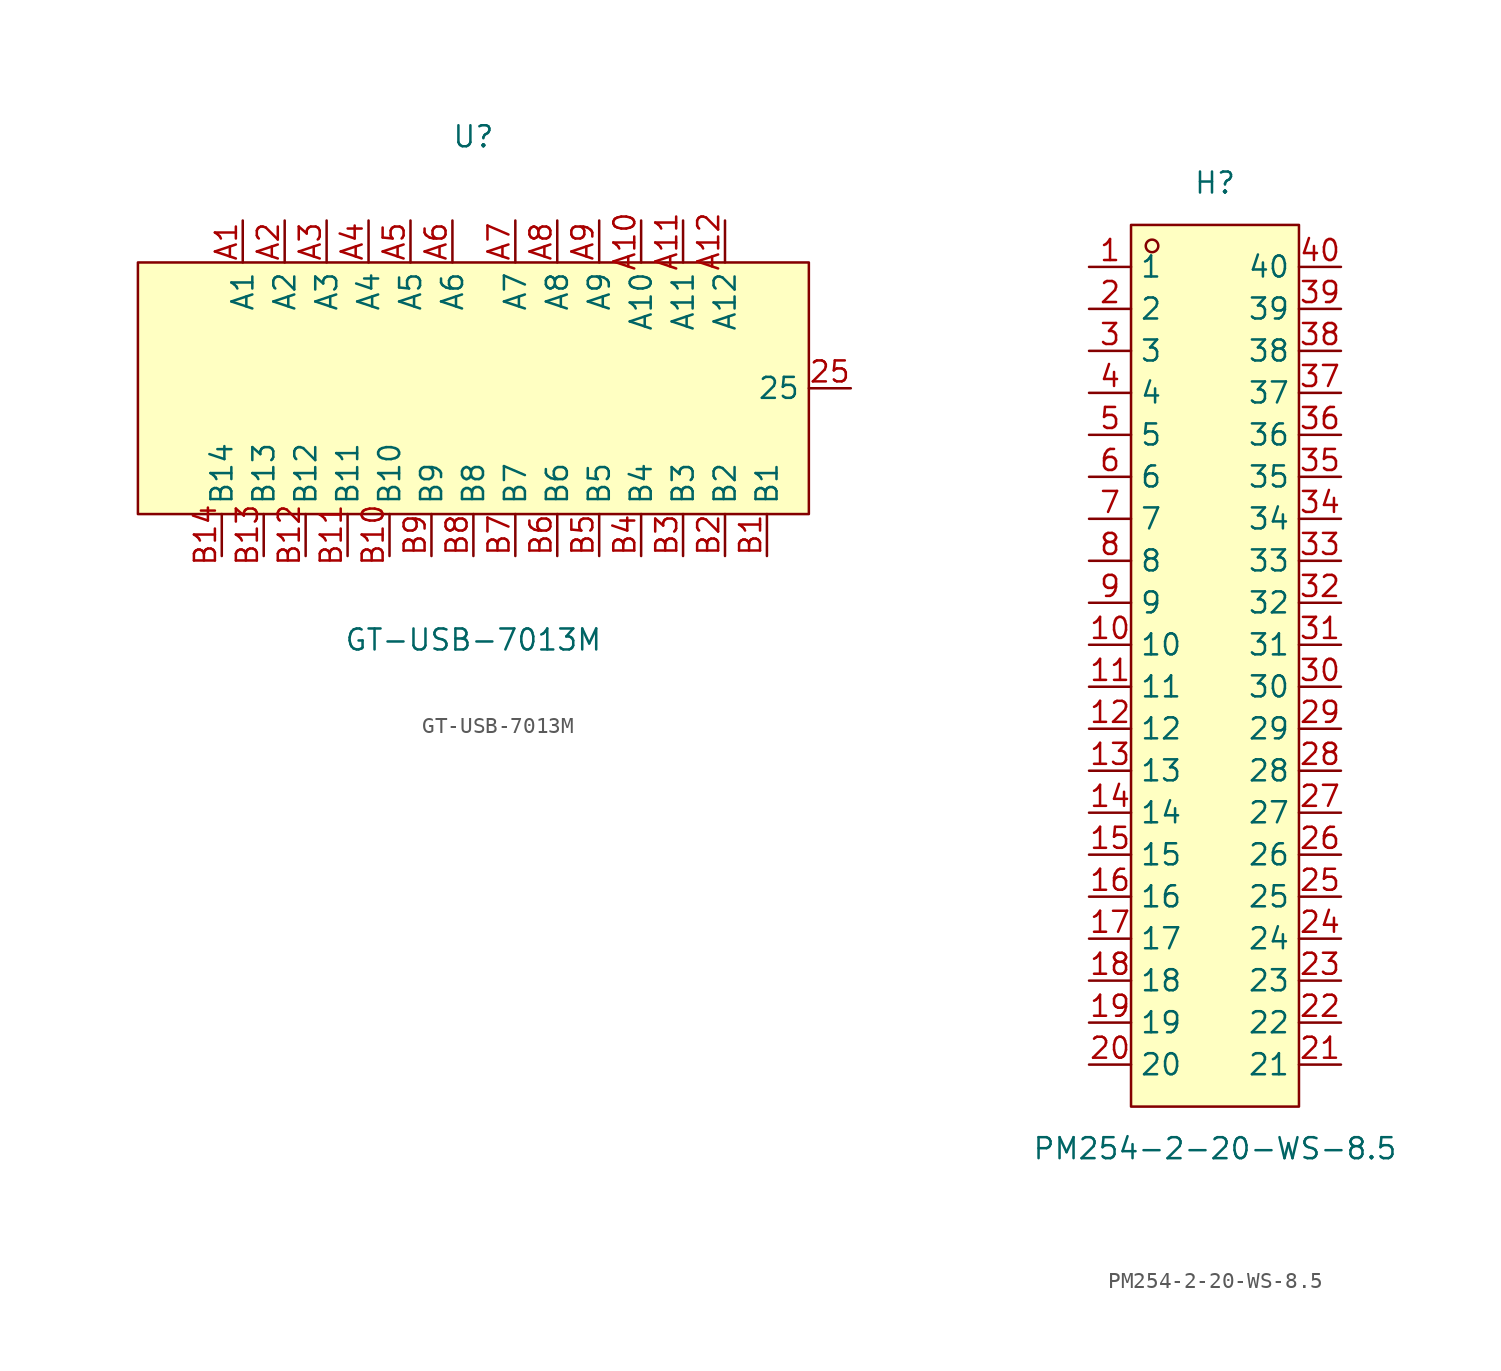
<source format=kicad_sym>
(kicad_symbol_lib
  (version 20211014)
  (generator https://github.com/uPesy/easyeda2kicad.py)
  (symbol "GT-USB-7013M"
    (property "Reference" "U"
      (at 0 15.24 0)
      (effects (font (size 1.27 1.27))))
    (property "Value" "GT-USB-7013M"
      (at 0 -15.24 0)
      (effects (font (size 1.27 1.27))))
    (symbol "GT-USB-7013M_0_1"
      (rectangle (start -20.32 7.62) (end 20.32 -7.62) (stroke (width 0) (type default) (color 0 0 0 0)) (fill (type background)))
      (pin unspecified line (at -15.24 -10.16 90) (length 2.54) (name "B14" (effects (font (size 1.27 1.27)))) (number "B14" (effects (font (size 1.27 1.27)))))
      (pin unspecified line (at -12.70 -10.16 90) (length 2.54) (name "B13" (effects (font (size 1.27 1.27)))) (number "B13" (effects (font (size 1.27 1.27)))))
      (pin unspecified line (at -10.16 -10.16 90) (length 2.54) (name "B12" (effects (font (size 1.27 1.27)))) (number "B12" (effects (font (size 1.27 1.27)))))
      (pin unspecified line (at -7.62 -10.16 90) (length 2.54) (name "B11" (effects (font (size 1.27 1.27)))) (number "B11" (effects (font (size 1.27 1.27)))))
      (pin unspecified line (at -5.08 -10.16 90) (length 2.54) (name "B10" (effects (font (size 1.27 1.27)))) (number "B10" (effects (font (size 1.27 1.27)))))
      (pin unspecified line (at -2.54 -10.16 90) (length 2.54) (name "B9" (effects (font (size 1.27 1.27)))) (number "B9" (effects (font (size 1.27 1.27)))))
      (pin unspecified line (at 0.00 -10.16 90) (length 2.54) (name "B8" (effects (font (size 1.27 1.27)))) (number "B8" (effects (font (size 1.27 1.27)))))
      (pin unspecified line (at 2.54 -10.16 90) (length 2.54) (name "B7" (effects (font (size 1.27 1.27)))) (number "B7" (effects (font (size 1.27 1.27)))))
      (pin unspecified line (at 5.08 -10.16 90) (length 2.54) (name "B6" (effects (font (size 1.27 1.27)))) (number "B6" (effects (font (size 1.27 1.27)))))
      (pin unspecified line (at 7.62 -10.16 90) (length 2.54) (name "B5" (effects (font (size 1.27 1.27)))) (number "B5" (effects (font (size 1.27 1.27)))))
      (pin unspecified line (at 10.16 -10.16 90) (length 2.54) (name "B4" (effects (font (size 1.27 1.27)))) (number "B4" (effects (font (size 1.27 1.27)))))
      (pin unspecified line (at 12.70 -10.16 90) (length 2.54) (name "B3" (effects (font (size 1.27 1.27)))) (number "B3" (effects (font (size 1.27 1.27)))))
      (pin unspecified line (at 15.24 -10.16 90) (length 2.54) (name "B2" (effects (font (size 1.27 1.27)))) (number "B2" (effects (font (size 1.27 1.27)))))
      (pin unspecified line (at 17.78 -10.16 90) (length 2.54) (name "B1" (effects (font (size 1.27 1.27)))) (number "B1" (effects (font (size 1.27 1.27)))))
      (pin unspecified line (at 22.86 -0.00 180) (length 2.54) (name "25" (effects (font (size 1.27 1.27)))) (number "25" (effects (font (size 1.27 1.27)))))
      (pin unspecified line (at 15.24 10.16 270) (length 2.54) (name "A12" (effects (font (size 1.27 1.27)))) (number "A12" (effects (font (size 1.27 1.27)))))
      (pin unspecified line (at 12.70 10.16 270) (length 2.54) (name "A11" (effects (font (size 1.27 1.27)))) (number "A11" (effects (font (size 1.27 1.27)))))
      (pin unspecified line (at 10.16 10.16 270) (length 2.54) (name "A10" (effects (font (size 1.27 1.27)))) (number "A10" (effects (font (size 1.27 1.27)))))
      (pin unspecified line (at 7.62 10.16 270) (length 2.54) (name "A9" (effects (font (size 1.27 1.27)))) (number "A9" (effects (font (size 1.27 1.27)))))
      (pin unspecified line (at 5.08 10.16 270) (length 2.54) (name "A8" (effects (font (size 1.27 1.27)))) (number "A8" (effects (font (size 1.27 1.27)))))
      (pin unspecified line (at 2.54 10.16 270) (length 2.54) (name "A7" (effects (font (size 1.27 1.27)))) (number "A7" (effects (font (size 1.27 1.27)))))
      (pin unspecified line (at -1.27 10.16 270) (length 2.54) (name "A6" (effects (font (size 1.27 1.27)))) (number "A6" (effects (font (size 1.27 1.27)))))
      (pin unspecified line (at -3.81 10.16 270) (length 2.54) (name "A5" (effects (font (size 1.27 1.27)))) (number "A5" (effects (font (size 1.27 1.27)))))
      (pin unspecified line (at -6.35 10.16 270) (length 2.54) (name "A4" (effects (font (size 1.27 1.27)))) (number "A4" (effects (font (size 1.27 1.27)))))
      (pin unspecified line (at -8.89 10.16 270) (length 2.54) (name "A3" (effects (font (size 1.27 1.27)))) (number "A3" (effects (font (size 1.27 1.27)))))
      (pin unspecified line (at -11.43 10.16 270) (length 2.54) (name "A2" (effects (font (size 1.27 1.27)))) (number "A2" (effects (font (size 1.27 1.27)))))
      (pin unspecified line (at -13.97 10.16 270) (length 2.54) (name "A1" (effects (font (size 1.27 1.27)))) (number "A1" (effects (font (size 1.27 1.27)))))))
  (symbol "PM254-2-20-WS-8.5"
    (property "Reference" "H"
      (at 0 30.48 0)
      (effects (font (size 1.27 1.27))))
    (property "Value" "PM254-2-20-WS-8.5"
      (at 0 -27.94 0)
      (effects (font (size 1.27 1.27))))
    (symbol "PM254-2-20-WS-8.5_0_1"
      (rectangle (start -5.08 27.94) (end 5.08 -25.40) (stroke (width 0) (type default) (color 0 0 0 0)) (fill (type background)))
      (circle (center -3.81 26.67) (radius 0.38) (stroke (width 0) (type default) (color 0 0 0 0)) (fill (type none)))
      (pin unspecified line (at 7.62 25.40 180) (length 2.54) (name "40" (effects (font (size 1.27 1.27)))) (number "40" (effects (font (size 1.27 1.27)))))
      (pin unspecified line (at 7.62 22.86 180) (length 2.54) (name "39" (effects (font (size 1.27 1.27)))) (number "39" (effects (font (size 1.27 1.27)))))
      (pin unspecified line (at 7.62 20.32 180) (length 2.54) (name "38" (effects (font (size 1.27 1.27)))) (number "38" (effects (font (size 1.27 1.27)))))
      (pin unspecified line (at 7.62 17.78 180) (length 2.54) (name "37" (effects (font (size 1.27 1.27)))) (number "37" (effects (font (size 1.27 1.27)))))
      (pin unspecified line (at 7.62 15.24 180) (length 2.54) (name "36" (effects (font (size 1.27 1.27)))) (number "36" (effects (font (size 1.27 1.27)))))
      (pin unspecified line (at 7.62 12.70 180) (length 2.54) (name "35" (effects (font (size 1.27 1.27)))) (number "35" (effects (font (size 1.27 1.27)))))
      (pin unspecified line (at 7.62 10.16 180) (length 2.54) (name "34" (effects (font (size 1.27 1.27)))) (number "34" (effects (font (size 1.27 1.27)))))
      (pin unspecified line (at 7.62 7.62 180) (length 2.54) (name "33" (effects (font (size 1.27 1.27)))) (number "33" (effects (font (size 1.27 1.27)))))
      (pin unspecified line (at 7.62 5.08 180) (length 2.54) (name "32" (effects (font (size 1.27 1.27)))) (number "32" (effects (font (size 1.27 1.27)))))
      (pin unspecified line (at 7.62 2.54 180) (length 2.54) (name "31" (effects (font (size 1.27 1.27)))) (number "31" (effects (font (size 1.27 1.27)))))
      (pin unspecified line (at 7.62 -0.00 180) (length 2.54) (name "30" (effects (font (size 1.27 1.27)))) (number "30" (effects (font (size 1.27 1.27)))))
      (pin unspecified line (at 7.62 -2.54 180) (length 2.54) (name "29" (effects (font (size 1.27 1.27)))) (number "29" (effects (font (size 1.27 1.27)))))
      (pin unspecified line (at 7.62 -5.08 180) (length 2.54) (name "28" (effects (font (size 1.27 1.27)))) (number "28" (effects (font (size 1.27 1.27)))))
      (pin unspecified line (at 7.62 -7.62 180) (length 2.54) (name "27" (effects (font (size 1.27 1.27)))) (number "27" (effects (font (size 1.27 1.27)))))
      (pin unspecified line (at 7.62 -10.16 180) (length 2.54) (name "26" (effects (font (size 1.27 1.27)))) (number "26" (effects (font (size 1.27 1.27)))))
      (pin unspecified line (at 7.62 -12.70 180) (length 2.54) (name "25" (effects (font (size 1.27 1.27)))) (number "25" (effects (font (size 1.27 1.27)))))
      (pin unspecified line (at 7.62 -15.24 180) (length 2.54) (name "24" (effects (font (size 1.27 1.27)))) (number "24" (effects (font (size 1.27 1.27)))))
      (pin unspecified line (at 7.62 -17.78 180) (length 2.54) (name "23" (effects (font (size 1.27 1.27)))) (number "23" (effects (font (size 1.27 1.27)))))
      (pin unspecified line (at 7.62 -20.32 180) (length 2.54) (name "22" (effects (font (size 1.27 1.27)))) (number "22" (effects (font (size 1.27 1.27)))))
      (pin unspecified line (at 7.62 -22.86 180) (length 2.54) (name "21" (effects (font (size 1.27 1.27)))) (number "21" (effects (font (size 1.27 1.27)))))
      (pin unspecified line (at -7.62 -22.86 0) (length 2.54) (name "20" (effects (font (size 1.27 1.27)))) (number "20" (effects (font (size 1.27 1.27)))))
      (pin unspecified line (at -7.62 -20.32 0) (length 2.54) (name "19" (effects (font (size 1.27 1.27)))) (number "19" (effects (font (size 1.27 1.27)))))
      (pin unspecified line (at -7.62 -17.78 0) (length 2.54) (name "18" (effects (font (size 1.27 1.27)))) (number "18" (effects (font (size 1.27 1.27)))))
      (pin unspecified line (at -7.62 -15.24 0) (length 2.54) (name "17" (effects (font (size 1.27 1.27)))) (number "17" (effects (font (size 1.27 1.27)))))
      (pin unspecified line (at -7.62 -12.70 0) (length 2.54) (name "16" (effects (font (size 1.27 1.27)))) (number "16" (effects (font (size 1.27 1.27)))))
      (pin unspecified line (at -7.62 -10.16 0) (length 2.54) (name "15" (effects (font (size 1.27 1.27)))) (number "15" (effects (font (size 1.27 1.27)))))
      (pin unspecified line (at -7.62 -7.62 0) (length 2.54) (name "14" (effects (font (size 1.27 1.27)))) (number "14" (effects (font (size 1.27 1.27)))))
      (pin unspecified line (at -7.62 -5.08 0) (length 2.54) (name "13" (effects (font (size 1.27 1.27)))) (number "13" (effects (font (size 1.27 1.27)))))
      (pin unspecified line (at -7.62 -2.54 0) (length 2.54) (name "12" (effects (font (size 1.27 1.27)))) (number "12" (effects (font (size 1.27 1.27)))))
      (pin unspecified line (at -7.62 -0.00 0) (length 2.54) (name "11" (effects (font (size 1.27 1.27)))) (number "11" (effects (font (size 1.27 1.27)))))
      (pin unspecified line (at -7.62 2.54 0) (length 2.54) (name "10" (effects (font (size 1.27 1.27)))) (number "10" (effects (font (size 1.27 1.27)))))
      (pin unspecified line (at -7.62 5.08 0) (length 2.54) (name "9" (effects (font (size 1.27 1.27)))) (number "9" (effects (font (size 1.27 1.27)))))
      (pin unspecified line (at -7.62 7.62 0) (length 2.54) (name "8" (effects (font (size 1.27 1.27)))) (number "8" (effects (font (size 1.27 1.27)))))
      (pin unspecified line (at -7.62 10.16 0) (length 2.54) (name "7" (effects (font (size 1.27 1.27)))) (number "7" (effects (font (size 1.27 1.27)))))
      (pin unspecified line (at -7.62 12.70 0) (length 2.54) (name "6" (effects (font (size 1.27 1.27)))) (number "6" (effects (font (size 1.27 1.27)))))
      (pin unspecified line (at -7.62 15.24 0) (length 2.54) (name "5" (effects (font (size 1.27 1.27)))) (number "5" (effects (font (size 1.27 1.27)))))
      (pin unspecified line (at -7.62 17.78 0) (length 2.54) (name "4" (effects (font (size 1.27 1.27)))) (number "4" (effects (font (size 1.27 1.27)))))
      (pin unspecified line (at -7.62 20.32 0) (length 2.54) (name "3" (effects (font (size 1.27 1.27)))) (number "3" (effects (font (size 1.27 1.27)))))
      (pin unspecified line (at -7.62 22.86 0) (length 2.54) (name "2" (effects (font (size 1.27 1.27)))) (number "2" (effects (font (size 1.27 1.27)))))
      (pin unspecified line (at -7.62 25.40 0) (length 2.54) (name "1" (effects (font (size 1.27 1.27)))) (number "1" (effects (font (size 1.27 1.27))))))))
</source>
